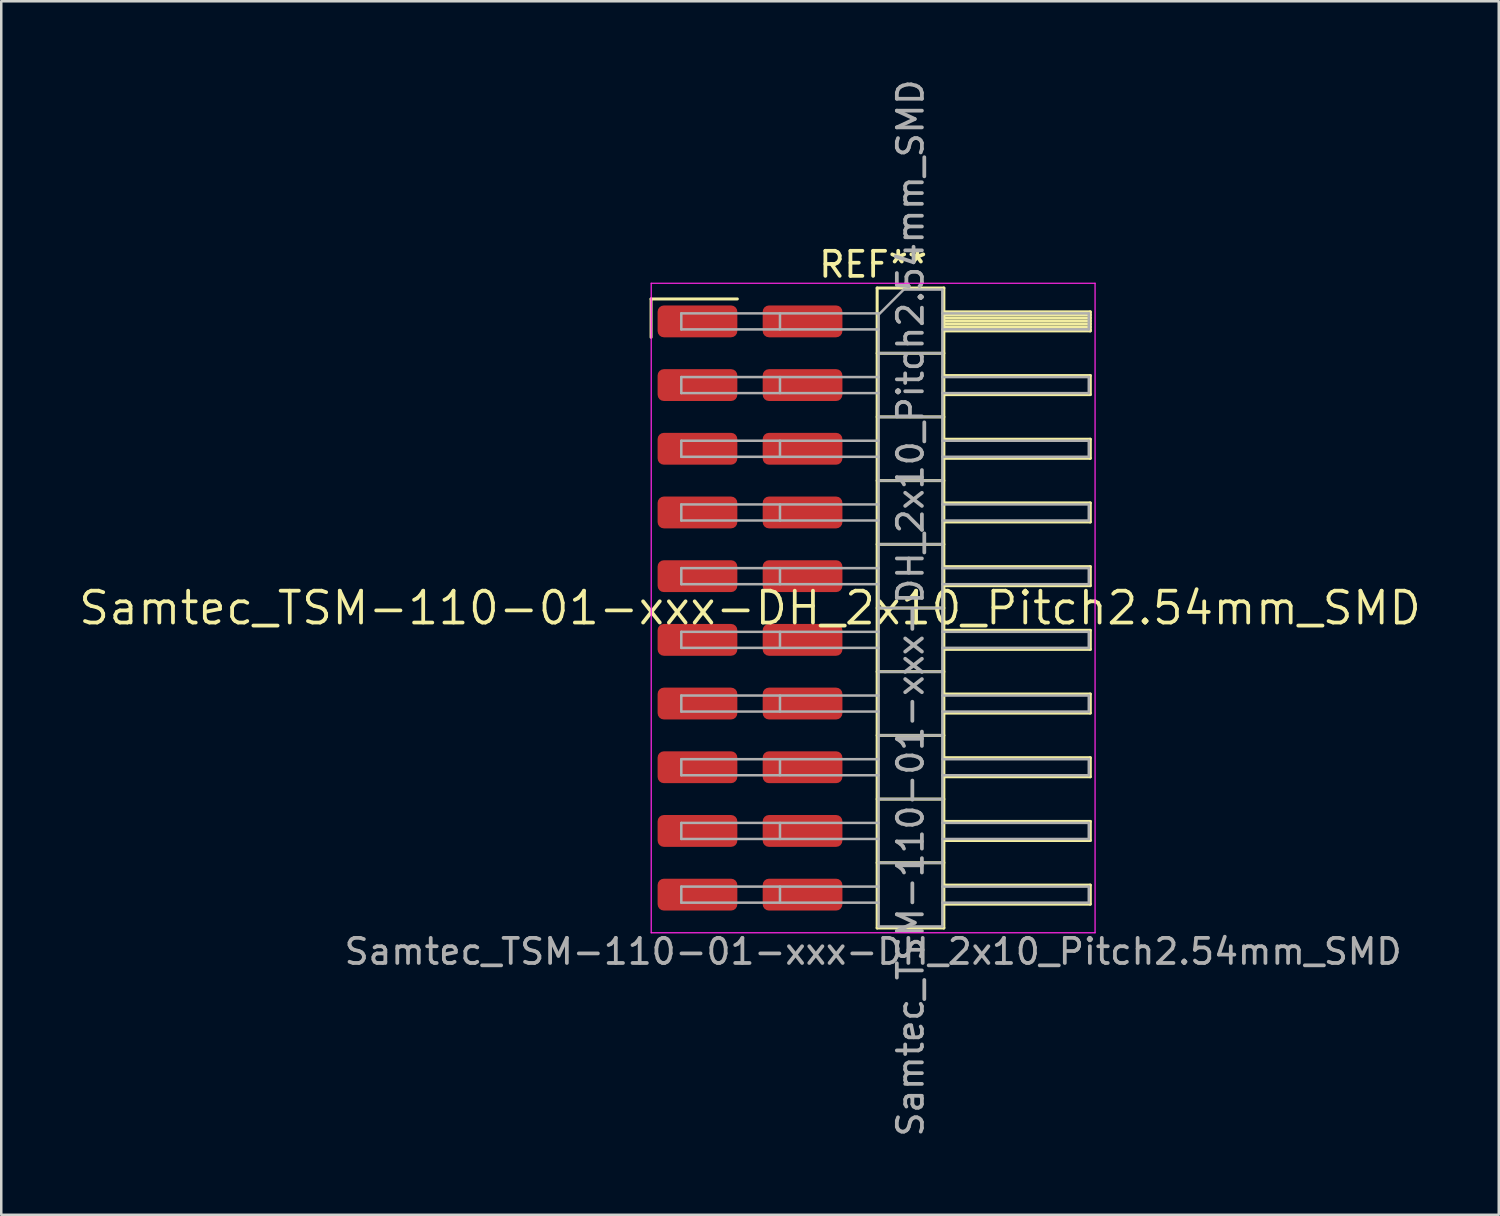
<source format=kicad_pcb>
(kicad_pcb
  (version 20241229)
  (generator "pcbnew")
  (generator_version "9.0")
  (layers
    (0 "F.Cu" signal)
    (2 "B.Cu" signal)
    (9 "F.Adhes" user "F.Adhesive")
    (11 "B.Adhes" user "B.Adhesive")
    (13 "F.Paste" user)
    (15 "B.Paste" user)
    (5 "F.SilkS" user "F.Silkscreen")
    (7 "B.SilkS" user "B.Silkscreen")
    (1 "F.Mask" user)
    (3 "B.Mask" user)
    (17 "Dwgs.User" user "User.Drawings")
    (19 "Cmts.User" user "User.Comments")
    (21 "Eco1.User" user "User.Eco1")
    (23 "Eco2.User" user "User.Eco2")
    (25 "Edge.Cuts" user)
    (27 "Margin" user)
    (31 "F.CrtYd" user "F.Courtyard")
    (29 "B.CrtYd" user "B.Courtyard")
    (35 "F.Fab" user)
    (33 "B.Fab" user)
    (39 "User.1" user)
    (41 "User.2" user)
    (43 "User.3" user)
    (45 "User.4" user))
  (footprint "Samtec_TSM-110-01-xxx-DH_2x10_Pitch2.54mm_SMD"
    (layer "F.Cu")
    (at 26.859 21.196)
    (property "Reference" "Samtec_TSM-110-01-xxx-DH_2x10_Pitch2.54mm_SMD" (at 0 0 0) (layer "F.SilkS") (effects (font (size 1.27 1.27) (thickness 0.15))))
    (attr smd)
    (fp_line (start -3.945 -12.325) (end -0.505 -12.325) (stroke (width 0.12) (type solid)) (layer "F.SilkS"))
    (fp_line (start -3.945 -10.795) (end -3.945 -12.325) (stroke (width 0.12) (type solid)) (layer "F.SilkS"))
    (fp_line (start 5.07 -12.76) (end 7.73 -12.76) (stroke (width 0.12) (type solid)) (layer "F.SilkS"))
    (fp_line (start 5.07 -10.16) (end 7.73 -10.16) (stroke (width 0.12) (type solid)) (layer "F.SilkS"))
    (fp_line (start 5.07 -7.62) (end 7.73 -7.62) (stroke (width 0.12) (type solid)) (layer "F.SilkS"))
    (fp_line (start 5.07 -5.08) (end 7.73 -5.08) (stroke (width 0.12) (type solid)) (layer "F.SilkS"))
    (fp_line (start 5.07 -2.54) (end 7.73 -2.54) (stroke (width 0.12) (type solid)) (layer "F.SilkS"))
    (fp_line (start 5.07 0) (end 7.73 0) (stroke (width 0.12) (type solid)) (layer "F.SilkS"))
    (fp_line (start 5.07 2.54) (end 7.73 2.54) (stroke (width 0.12) (type solid)) (layer "F.SilkS"))
    (fp_line (start 5.07 5.08) (end 7.73 5.08) (stroke (width 0.12) (type solid)) (layer "F.SilkS"))
    (fp_line (start 5.07 7.62) (end 7.73 7.62) (stroke (width 0.12) (type solid)) (layer "F.SilkS"))
    (fp_line (start 5.07 10.16) (end 7.73 10.16) (stroke (width 0.12) (type solid)) (layer "F.SilkS"))
    (fp_line (start 5.07 12.76) (end 5.07 -12.76) (stroke (width 0.12) (type solid)) (layer "F.SilkS"))
    (fp_line (start 7.73 -12.76) (end 7.73 12.76) (stroke (width 0.12) (type solid)) (layer "F.SilkS"))
    (fp_line (start 7.73 -11.81) (end 13.57 -11.81) (stroke (width 0.12) (type solid)) (layer "F.SilkS"))
    (fp_line (start 7.73 -11.69) (end 13.57 -11.69) (stroke (width 0.12) (type solid)) (layer "F.SilkS"))
    (fp_line (start 7.73 -11.57) (end 13.57 -11.57) (stroke (width 0.12) (type solid)) (layer "F.SilkS"))
    (fp_line (start 7.73 -11.45) (end 13.57 -11.45) (stroke (width 0.12) (type solid)) (layer "F.SilkS"))
    (fp_line (start 7.73 -11.33) (end 13.57 -11.33) (stroke (width 0.12) (type solid)) (layer "F.SilkS"))
    (fp_line (start 7.73 -11.21) (end 13.57 -11.21) (stroke (width 0.12) (type solid)) (layer "F.SilkS"))
    (fp_line (start 7.73 -11.09) (end 13.57 -11.09) (stroke (width 0.12) (type solid)) (layer "F.SilkS"))
    (fp_line (start 7.73 -11.05) (end 13.57 -11.05) (stroke (width 0.12) (type solid)) (layer "F.SilkS"))
    (fp_line (start 7.73 -9.27) (end 13.57 -9.27) (stroke (width 0.12) (type solid)) (layer "F.SilkS"))
    (fp_line (start 7.73 -8.51) (end 13.57 -8.51) (stroke (width 0.12) (type solid)) (layer "F.SilkS"))
    (fp_line (start 7.73 -6.73) (end 13.57 -6.73) (stroke (width 0.12) (type solid)) (layer "F.SilkS"))
    (fp_line (start 7.73 -5.97) (end 13.57 -5.97) (stroke (width 0.12) (type solid)) (layer "F.SilkS"))
    (fp_line (start 7.73 -4.19) (end 13.57 -4.19) (stroke (width 0.12) (type solid)) (layer "F.SilkS"))
    (fp_line (start 7.73 -3.43) (end 13.57 -3.43) (stroke (width 0.12) (type solid)) (layer "F.SilkS"))
    (fp_line (start 7.73 -1.65) (end 13.57 -1.65) (stroke (width 0.12) (type solid)) (layer "F.SilkS"))
    (fp_line (start 7.73 -0.89) (end 13.57 -0.89) (stroke (width 0.12) (type solid)) (layer "F.SilkS"))
    (fp_line (start 7.73 0.89) (end 13.57 0.89) (stroke (width 0.12) (type solid)) (layer "F.SilkS"))
    (fp_line (start 7.73 1.65) (end 13.57 1.65) (stroke (width 0.12) (type solid)) (layer "F.SilkS"))
    (fp_line (start 7.73 3.43) (end 13.57 3.43) (stroke (width 0.12) (type solid)) (layer "F.SilkS"))
    (fp_line (start 7.73 4.19) (end 13.57 4.19) (stroke (width 0.12) (type solid)) (layer "F.SilkS"))
    (fp_line (start 7.73 5.97) (end 13.57 5.97) (stroke (width 0.12) (type solid)) (layer "F.SilkS"))
    (fp_line (start 7.73 6.73) (end 13.57 6.73) (stroke (width 0.12) (type solid)) (layer "F.SilkS"))
    (fp_line (start 7.73 8.51) (end 13.57 8.51) (stroke (width 0.12) (type solid)) (layer "F.SilkS"))
    (fp_line (start 7.73 9.27) (end 13.57 9.27) (stroke (width 0.12) (type solid)) (layer "F.SilkS"))
    (fp_line (start 7.73 11.05) (end 13.57 11.05) (stroke (width 0.12) (type solid)) (layer "F.SilkS"))
    (fp_line (start 7.73 11.81) (end 13.57 11.81) (stroke (width 0.12) (type solid)) (layer "F.SilkS"))
    (fp_line (start 7.73 12.76) (end 5.07 12.76) (stroke (width 0.12) (type solid)) (layer "F.SilkS"))
    (fp_line (start 13.57 -11.81) (end 13.57 -11.05) (stroke (width 0.12) (type solid)) (layer "F.SilkS"))
    (fp_line (start 13.57 -9.27) (end 13.57 -8.51) (stroke (width 0.12) (type solid)) (layer "F.SilkS"))
    (fp_line (start 13.57 -6.73) (end 13.57 -5.97) (stroke (width 0.12) (type solid)) (layer "F.SilkS"))
    (fp_line (start 13.57 -4.19) (end 13.57 -3.43) (stroke (width 0.12) (type solid)) (layer "F.SilkS"))
    (fp_line (start 13.57 -1.65) (end 13.57 -0.89) (stroke (width 0.12) (type solid)) (layer "F.SilkS"))
    (fp_line (start 13.57 0.89) (end 13.57 1.65) (stroke (width 0.12) (type solid)) (layer "F.SilkS"))
    (fp_line (start 13.57 3.43) (end 13.57 4.19) (stroke (width 0.12) (type solid)) (layer "F.SilkS"))
    (fp_line (start 13.57 5.97) (end 13.57 6.73) (stroke (width 0.12) (type solid)) (layer "F.SilkS"))
    (fp_line (start 13.57 8.51) (end 13.57 9.27) (stroke (width 0.12) (type solid)) (layer "F.SilkS"))
    (fp_line (start 13.57 11.05) (end 13.57 11.81) (stroke (width 0.12) (type solid)) (layer "F.SilkS"))
    (fp_line (start -3.94 -12.95) (end 13.76 -12.95) (stroke (width 0.05) (type solid)) (layer "F.CrtYd"))
    (fp_line (start -3.94 12.95) (end -3.94 -12.95) (stroke (width 0.05) (type solid)) (layer "F.CrtYd"))
    (fp_line (start 13.76 -12.95) (end 13.76 12.95) (stroke (width 0.05) (type solid)) (layer "F.CrtYd"))
    (fp_line (start 13.76 12.95) (end -3.94 12.95) (stroke (width 0.05) (type solid)) (layer "F.CrtYd"))
    (fp_line (start -2.74 -11.75) (end -2.74 -11.11) (stroke (width 0.1) (type solid)) (layer "F.Fab"))
    (fp_line (start -2.74 -11.75) (end 5.13 -11.75) (stroke (width 0.1) (type solid)) (layer "F.Fab"))
    (fp_line (start -2.74 -11.11) (end 5.13 -11.11) (stroke (width 0.1) (type solid)) (layer "F.Fab"))
    (fp_line (start -2.74 -9.21) (end -2.74 -8.57) (stroke (width 0.1) (type solid)) (layer "F.Fab"))
    (fp_line (start -2.74 -9.21) (end 5.13 -9.21) (stroke (width 0.1) (type solid)) (layer "F.Fab"))
    (fp_line (start -2.74 -8.57) (end 5.13 -8.57) (stroke (width 0.1) (type solid)) (layer "F.Fab"))
    (fp_line (start -2.74 -6.67) (end -2.74 -6.03) (stroke (width 0.1) (type solid)) (layer "F.Fab"))
    (fp_line (start -2.74 -6.67) (end 5.13 -6.67) (stroke (width 0.1) (type solid)) (layer "F.Fab"))
    (fp_line (start -2.74 -6.03) (end 5.13 -6.03) (stroke (width 0.1) (type solid)) (layer "F.Fab"))
    (fp_line (start -2.74 -4.13) (end -2.74 -3.49) (stroke (width 0.1) (type solid)) (layer "F.Fab"))
    (fp_line (start -2.74 -4.13) (end 5.13 -4.13) (stroke (width 0.1) (type solid)) (layer "F.Fab"))
    (fp_line (start -2.74 -3.49) (end 5.13 -3.49) (stroke (width 0.1) (type solid)) (layer "F.Fab"))
    (fp_line (start -2.74 -1.59) (end -2.74 -0.95) (stroke (width 0.1) (type solid)) (layer "F.Fab"))
    (fp_line (start -2.74 -1.59) (end 5.13 -1.59) (stroke (width 0.1) (type solid)) (layer "F.Fab"))
    (fp_line (start -2.74 -0.95) (end 5.13 -0.95) (stroke (width 0.1) (type solid)) (layer "F.Fab"))
    (fp_line (start -2.74 0.95) (end -2.74 1.59) (stroke (width 0.1) (type solid)) (layer "F.Fab"))
    (fp_line (start -2.74 0.95) (end 5.13 0.95) (stroke (width 0.1) (type solid)) (layer "F.Fab"))
    (fp_line (start -2.74 1.59) (end 5.13 1.59) (stroke (width 0.1) (type solid)) (layer "F.Fab"))
    (fp_line (start -2.74 3.49) (end -2.74 4.13) (stroke (width 0.1) (type solid)) (layer "F.Fab"))
    (fp_line (start -2.74 3.49) (end 5.13 3.49) (stroke (width 0.1) (type solid)) (layer "F.Fab"))
    (fp_line (start -2.74 4.13) (end 5.13 4.13) (stroke (width 0.1) (type solid)) (layer "F.Fab"))
    (fp_line (start -2.74 6.03) (end -2.74 6.67) (stroke (width 0.1) (type solid)) (layer "F.Fab"))
    (fp_line (start -2.74 6.03) (end 5.13 6.03) (stroke (width 0.1) (type solid)) (layer "F.Fab"))
    (fp_line (start -2.74 6.67) (end 5.13 6.67) (stroke (width 0.1) (type solid)) (layer "F.Fab"))
    (fp_line (start -2.74 8.57) (end -2.74 9.21) (stroke (width 0.1) (type solid)) (layer "F.Fab"))
    (fp_line (start -2.74 8.57) (end 5.13 8.57) (stroke (width 0.1) (type solid)) (layer "F.Fab"))
    (fp_line (start -2.74 9.21) (end 5.13 9.21) (stroke (width 0.1) (type solid)) (layer "F.Fab"))
    (fp_line (start -2.74 11.11) (end -2.74 11.75) (stroke (width 0.1) (type solid)) (layer "F.Fab"))
    (fp_line (start -2.74 11.11) (end 5.13 11.11) (stroke (width 0.1) (type solid)) (layer "F.Fab"))
    (fp_line (start -2.74 11.75) (end 5.13 11.75) (stroke (width 0.1) (type solid)) (layer "F.Fab"))
    (fp_line (start 1.195 -11.75) (end 1.195 -11.11) (stroke (width 0.1) (type solid)) (layer "F.Fab"))
    (fp_line (start 1.195 -9.21) (end 1.195 -8.57) (stroke (width 0.1) (type solid)) (layer "F.Fab"))
    (fp_line (start 1.195 -6.67) (end 1.195 -6.03) (stroke (width 0.1) (type solid)) (layer "F.Fab"))
    (fp_line (start 1.195 -4.13) (end 1.195 -3.49) (stroke (width 0.1) (type solid)) (layer "F.Fab"))
    (fp_line (start 1.195 -1.59) (end 1.195 -0.95) (stroke (width 0.1) (type solid)) (layer "F.Fab"))
    (fp_line (start 1.195 0.95) (end 1.195 1.59) (stroke (width 0.1) (type solid)) (layer "F.Fab"))
    (fp_line (start 1.195 3.49) (end 1.195 4.13) (stroke (width 0.1) (type solid)) (layer "F.Fab"))
    (fp_line (start 1.195 6.03) (end 1.195 6.67) (stroke (width 0.1) (type solid)) (layer "F.Fab"))
    (fp_line (start 1.195 8.57) (end 1.195 9.21) (stroke (width 0.1) (type solid)) (layer "F.Fab"))
    (fp_line (start 1.195 11.11) (end 1.195 11.75) (stroke (width 0.1) (type solid)) (layer "F.Fab"))
    (fp_line (start 5.13 -11.7) (end 6.13 -12.7) (stroke (width 0.1) (type solid)) (layer "F.Fab"))
    (fp_line (start 5.13 -10.16) (end 7.67 -10.16) (stroke (width 0.1) (type solid)) (layer "F.Fab"))
    (fp_line (start 5.13 -7.62) (end 7.67 -7.62) (stroke (width 0.1) (type solid)) (layer "F.Fab"))
    (fp_line (start 5.13 -5.08) (end 7.67 -5.08) (stroke (width 0.1) (type solid)) (layer "F.Fab"))
    (fp_line (start 5.13 -2.54) (end 7.67 -2.54) (stroke (width 0.1) (type solid)) (layer "F.Fab"))
    (fp_line (start 5.13 0) (end 7.67 0) (stroke (width 0.1) (type solid)) (layer "F.Fab"))
    (fp_line (start 5.13 2.54) (end 7.67 2.54) (stroke (width 0.1) (type solid)) (layer "F.Fab"))
    (fp_line (start 5.13 5.08) (end 7.67 5.08) (stroke (width 0.1) (type solid)) (layer "F.Fab"))
    (fp_line (start 5.13 7.62) (end 7.67 7.62) (stroke (width 0.1) (type solid)) (layer "F.Fab"))
    (fp_line (start 5.13 10.16) (end 7.67 10.16) (stroke (width 0.1) (type solid)) (layer "F.Fab"))
    (fp_line (start 5.13 12.7) (end 5.13 -11.7) (stroke (width 0.1) (type solid)) (layer "F.Fab"))
    (fp_line (start 6.13 -12.7) (end 7.67 -12.7) (stroke (width 0.1) (type solid)) (layer "F.Fab"))
    (fp_line (start 7.67 -12.7) (end 7.67 12.7) (stroke (width 0.1) (type solid)) (layer "F.Fab"))
    (fp_line (start 7.67 -11.75) (end 13.51 -11.75) (stroke (width 0.1) (type solid)) (layer "F.Fab"))
    (fp_line (start 7.67 -11.11) (end 13.51 -11.11) (stroke (width 0.1) (type solid)) (layer "F.Fab"))
    (fp_line (start 7.67 -9.21) (end 13.51 -9.21) (stroke (width 0.1) (type solid)) (layer "F.Fab"))
    (fp_line (start 7.67 -8.57) (end 13.51 -8.57) (stroke (width 0.1) (type solid)) (layer "F.Fab"))
    (fp_line (start 7.67 -6.67) (end 13.51 -6.67) (stroke (width 0.1) (type solid)) (layer "F.Fab"))
    (fp_line (start 7.67 -6.03) (end 13.51 -6.03) (stroke (width 0.1) (type solid)) (layer "F.Fab"))
    (fp_line (start 7.67 -4.13) (end 13.51 -4.13) (stroke (width 0.1) (type solid)) (layer "F.Fab"))
    (fp_line (start 7.67 -3.49) (end 13.51 -3.49) (stroke (width 0.1) (type solid)) (layer "F.Fab"))
    (fp_line (start 7.67 -1.59) (end 13.51 -1.59) (stroke (width 0.1) (type solid)) (layer "F.Fab"))
    (fp_line (start 7.67 -0.95) (end 13.51 -0.95) (stroke (width 0.1) (type solid)) (layer "F.Fab"))
    (fp_line (start 7.67 0.95) (end 13.51 0.95) (stroke (width 0.1) (type solid)) (layer "F.Fab"))
    (fp_line (start 7.67 1.59) (end 13.51 1.59) (stroke (width 0.1) (type solid)) (layer "F.Fab"))
    (fp_line (start 7.67 3.49) (end 13.51 3.49) (stroke (width 0.1) (type solid)) (layer "F.Fab"))
    (fp_line (start 7.67 4.13) (end 13.51 4.13) (stroke (width 0.1) (type solid)) (layer "F.Fab"))
    (fp_line (start 7.67 6.03) (end 13.51 6.03) (stroke (width 0.1) (type solid)) (layer "F.Fab"))
    (fp_line (start 7.67 6.67) (end 13.51 6.67) (stroke (width 0.1) (type solid)) (layer "F.Fab"))
    (fp_line (start 7.67 8.57) (end 13.51 8.57) (stroke (width 0.1) (type solid)) (layer "F.Fab"))
    (fp_line (start 7.67 9.21) (end 13.51 9.21) (stroke (width 0.1) (type solid)) (layer "F.Fab"))
    (fp_line (start 7.67 11.11) (end 13.51 11.11) (stroke (width 0.1) (type solid)) (layer "F.Fab"))
    (fp_line (start 7.67 11.75) (end 13.51 11.75) (stroke (width 0.1) (type solid)) (layer "F.Fab"))
    (fp_line (start 7.67 12.7) (end 5.13 12.7) (stroke (width 0.1) (type solid)) (layer "F.Fab"))
    (fp_line (start 13.51 -11.75) (end 13.51 -11.11) (stroke (width 0.1) (type solid)) (layer "F.Fab"))
    (fp_line (start 13.51 -9.21) (end 13.51 -8.57) (stroke (width 0.1) (type solid)) (layer "F.Fab"))
    (fp_line (start 13.51 -6.67) (end 13.51 -6.03) (stroke (width 0.1) (type solid)) (layer "F.Fab"))
    (fp_line (start 13.51 -4.13) (end 13.51 -3.49) (stroke (width 0.1) (type solid)) (layer "F.Fab"))
    (fp_line (start 13.51 -1.59) (end 13.51 -0.95) (stroke (width 0.1) (type solid)) (layer "F.Fab"))
    (fp_line (start 13.51 0.95) (end 13.51 1.59) (stroke (width 0.1) (type solid)) (layer "F.Fab"))
    (fp_line (start 13.51 3.49) (end 13.51 4.13) (stroke (width 0.1) (type solid)) (layer "F.Fab"))
    (fp_line (start 13.51 6.03) (end 13.51 6.67) (stroke (width 0.1) (type solid)) (layer "F.Fab"))
    (fp_line (start 13.51 8.57) (end 13.51 9.21) (stroke (width 0.1) (type solid)) (layer "F.Fab"))
    (fp_line (start 13.51 11.11) (end 13.51 11.75) (stroke (width 0.1) (type solid)) (layer "F.Fab"))
    (fp_text user "REF**" (at 4.91 -13.7 0) (layer "F.SilkS") (effects (font (size 1 1) (thickness 0.15))))
    (fp_text user "${REFERENCE}" (at 6.4 0 90) (layer "F.Fab") (effects (font (size 1 1) (thickness 0.15))))
    (fp_text user "Samtec_TSM-110-01-xxx-DH_2x10_Pitch2.54mm_SMD" (at 4.91 13.7 0) (layer "F.Fab") (effects (font (size 1 1) (thickness 0.15))))
    (pad "1" smd roundrect (at -2.095 -11.43) (size 3.18 1.27) (layers "F.Cu" "F.Mask" "F.Paste") (roundrect_rratio 0.197))
    (pad "2" smd roundrect (at 2.095 -11.43) (size 3.18 1.27) (layers "F.Cu" "F.Mask" "F.Paste") (roundrect_rratio 0.197))
    (pad "3" smd roundrect (at -2.095 -8.89) (size 3.18 1.27) (layers "F.Cu" "F.Mask" "F.Paste") (roundrect_rratio 0.197))
    (pad "4" smd roundrect (at 2.095 -8.89) (size 3.18 1.27) (layers "F.Cu" "F.Mask" "F.Paste") (roundrect_rratio 0.197))
    (pad "5" smd roundrect (at -2.095 -6.35) (size 3.18 1.27) (layers "F.Cu" "F.Mask" "F.Paste") (roundrect_rratio 0.197))
    (pad "6" smd roundrect (at 2.095 -6.35) (size 3.18 1.27) (layers "F.Cu" "F.Mask" "F.Paste") (roundrect_rratio 0.197))
    (pad "7" smd roundrect (at -2.095 -3.81) (size 3.18 1.27) (layers "F.Cu" "F.Mask" "F.Paste") (roundrect_rratio 0.197))
    (pad "8" smd roundrect (at 2.095 -3.81) (size 3.18 1.27) (layers "F.Cu" "F.Mask" "F.Paste") (roundrect_rratio 0.197))
    (pad "9" smd roundrect (at -2.095 -1.27) (size 3.18 1.27) (layers "F.Cu" "F.Mask" "F.Paste") (roundrect_rratio 0.197))
    (pad "10" smd roundrect (at 2.095 -1.27) (size 3.18 1.27) (layers "F.Cu" "F.Mask" "F.Paste") (roundrect_rratio 0.197))
    (pad "11" smd roundrect (at -2.095 1.27) (size 3.18 1.27) (layers "F.Cu" "F.Mask" "F.Paste") (roundrect_rratio 0.197))
    (pad "12" smd roundrect (at 2.095 1.27) (size 3.18 1.27) (layers "F.Cu" "F.Mask" "F.Paste") (roundrect_rratio 0.197))
    (pad "13" smd roundrect (at -2.095 3.81) (size 3.18 1.27) (layers "F.Cu" "F.Mask" "F.Paste") (roundrect_rratio 0.197))
    (pad "14" smd roundrect (at 2.095 3.81) (size 3.18 1.27) (layers "F.Cu" "F.Mask" "F.Paste") (roundrect_rratio 0.197))
    (pad "15" smd roundrect (at -2.095 6.35) (size 3.18 1.27) (layers "F.Cu" "F.Mask" "F.Paste") (roundrect_rratio 0.197))
    (pad "16" smd roundrect (at 2.095 6.35) (size 3.18 1.27) (layers "F.Cu" "F.Mask" "F.Paste") (roundrect_rratio 0.197))
    (pad "17" smd roundrect (at -2.095 8.89) (size 3.18 1.27) (layers "F.Cu" "F.Mask" "F.Paste") (roundrect_rratio 0.197))
    (pad "18" smd roundrect (at 2.095 8.89) (size 3.18 1.27) (layers "F.Cu" "F.Mask" "F.Paste") (roundrect_rratio 0.197))
    (pad "19" smd roundrect (at -2.095 11.43) (size 3.18 1.27) (layers "F.Cu" "F.Mask" "F.Paste") (roundrect_rratio 0.197))
    (pad "20" smd roundrect (at 2.095 11.43) (size 3.18 1.27) (layers "F.Cu" "F.Mask" "F.Paste") (roundrect_rratio 0.197)))
  (gr_rect
    (start -3 -3)
    (end 56.717 45.393)
    (stroke (width 0.1) (type default))
    (fill no)
    (layer "Edge.Cuts")))
</source>
